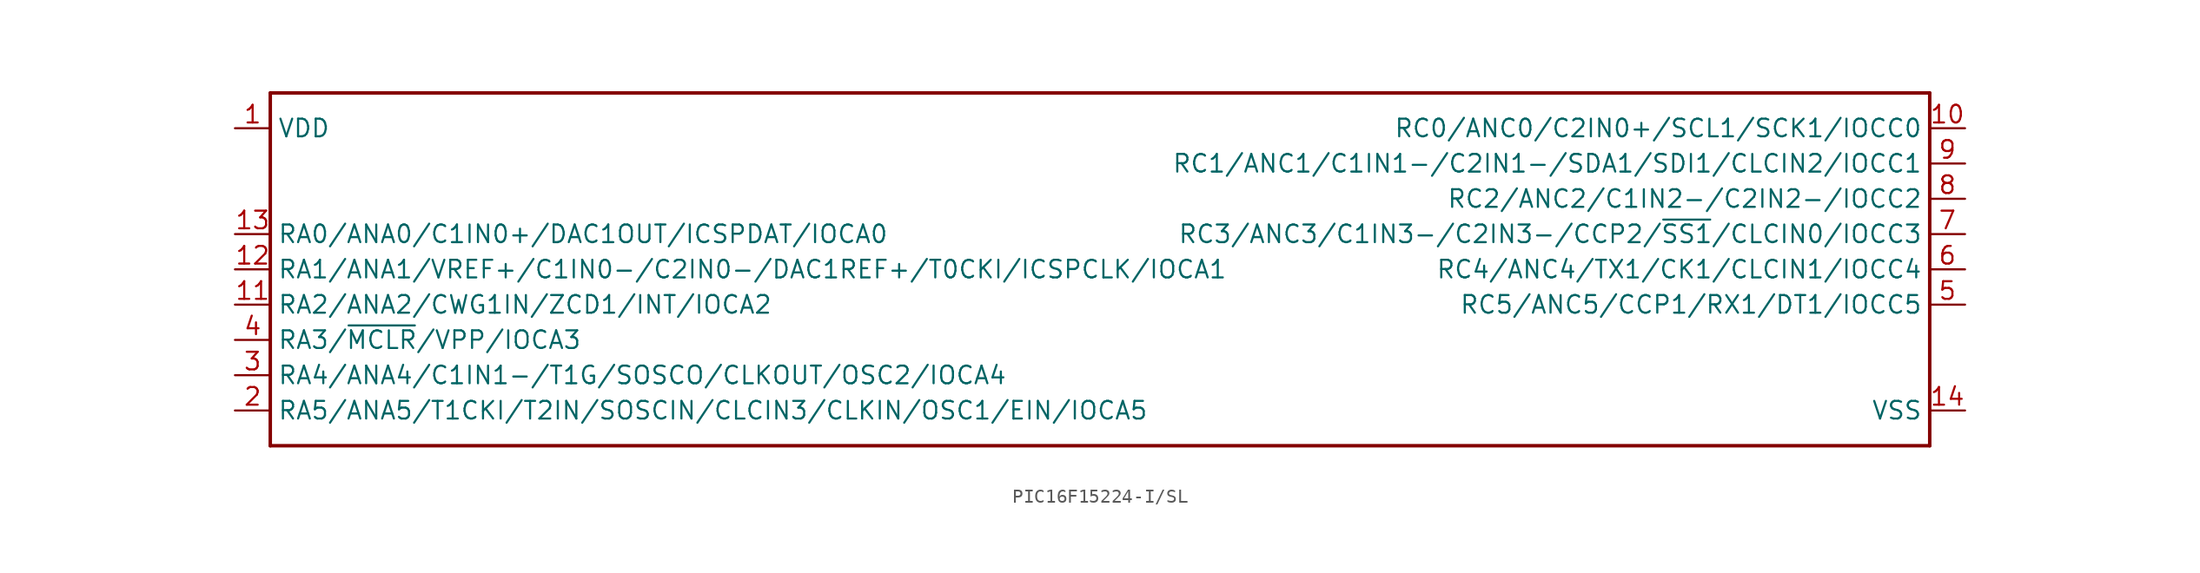
<source format=kicad_sym>
(kicad_symbol_lib
  (version 20231120)
  (generator "kicad_symbol_editor")
  (generator_version "8.0")
  (symbol "PIC16F15224-I/SL"
    (property "Reference" "U"
      (at 0 0 0)
      (effects (font (size 1.27 1.27)) (hide yes)))
    (property "ki_locked" ""
      (at 0 0 0)
      (effects (font (size 1.27 1.27))))
    (symbol "PIC16F15224-I/SL_1_0"
      (polyline (pts (xy -59.69 -12.7) (xy -59.69 12.7)) (stroke (width 0.25) (type solid)) (fill (type none)))
      (polyline (pts (xy -59.69 12.7) (xy 59.69 12.7)) (stroke (width 0.25) (type solid)) (fill (type none)))
      (polyline (pts (xy 59.69 -12.7) (xy -59.69 -12.7)) (stroke (width 0.25) (type solid)) (fill (type none)))
      (polyline (pts (xy 59.69 12.7) (xy 59.69 -12.7)) (stroke (width 0.25) (type solid)) (fill (type none)))
      (pin power_in line (at -62.23 10.16 0) (length 2.54) (name "VDD" (effects (font (size 1.27 1.27)))) (number "1" (effects (font (size 1.27 1.27)))))
      (pin bidirectional line (at 62.23 10.16 180) (length 2.54) (name "RC0/ANC0/C2IN0+/SCL1/SCK1/IOCC0" (effects (font (size 1.27 1.27)))) (number "10" (effects (font (size 1.27 1.27)))))
      (pin bidirectional line (at -62.23 -2.54 0) (length 2.54) (name "RA2/ANA2/CWG1IN/ZCD1/INT/IOCA2" (effects (font (size 1.27 1.27)))) (number "11" (effects (font (size 1.27 1.27)))))
      (pin bidirectional line (at -62.23 0 0) (length 2.54) (name "RA1/ANA1/VREF+/C1IN0-/C2IN0-/DAC1REF+/T0CKI/ICSPCLK/IOCA1" (effects (font (size 1.27 1.27)))) (number "12" (effects (font (size 1.27 1.27)))))
      (pin bidirectional line (at -62.23 2.54 0) (length 2.54) (name "RA0/ANA0/C1IN0+/DAC1OUT/ICSPDAT/IOCA0" (effects (font (size 1.27 1.27)))) (number "13" (effects (font (size 1.27 1.27)))))
      (pin power_in line (at 62.23 -10.16 180) (length 2.54) (name "VSS" (effects (font (size 1.27 1.27)))) (number "14" (effects (font (size 1.27 1.27)))))
      (pin bidirectional line (at -62.23 -10.16 0) (length 2.54) (name "RA5/ANA5/T1CKI/T2IN/SOSCIN/CLCIN3/CLKIN/OSC1/EIN/IOCA5" (effects (font (size 1.27 1.27)))) (number "2" (effects (font (size 1.27 1.27)))))
      (pin bidirectional line (at -62.23 -7.62 0) (length 2.54) (name "RA4/ANA4/C1IN1-/T1G/SOSCO/CLKOUT/OSC2/IOCA4" (effects (font (size 1.27 1.27)))) (number "3" (effects (font (size 1.27 1.27)))))
      (pin power_in line (at -62.23 -5.08 0) (length 2.54) (name "RA3/~{MCLR}/VPP/IOCA3" (effects (font (size 1.27 1.27)))) (number "4" (effects (font (size 1.27 1.27)))))
      (pin bidirectional line (at 62.23 -2.54 180) (length 2.54) (name "RC5/ANC5/CCP1/RX1/DT1/IOCC5" (effects (font (size 1.27 1.27)))) (number "5" (effects (font (size 1.27 1.27)))))
      (pin bidirectional line (at 62.23 0 180) (length 2.54) (name "RC4/ANC4/TX1/CK1/CLCIN1/IOCC4" (effects (font (size 1.27 1.27)))) (number "6" (effects (font (size 1.27 1.27)))))
      (pin bidirectional line (at 62.23 2.54 180) (length 2.54) (name "RC3/ANC3/C1IN3-/C2IN3-/CCP2/~{SS1}/CLCIN0/IOCC3" (effects (font (size 1.27 1.27)))) (number "7" (effects (font (size 1.27 1.27)))))
      (pin bidirectional line (at 62.23 5.08 180) (length 2.54) (name "RC2/ANC2/C1IN2-/C2IN2-/IOCC2" (effects (font (size 1.27 1.27)))) (number "8" (effects (font (size 1.27 1.27)))))
      (pin bidirectional line (at 62.23 7.62 180) (length 2.54) (name "RC1/ANC1/C1IN1-/C2IN1-/SDA1/SDI1/CLCIN2/IOCC1" (effects (font (size 1.27 1.27)))) (number "9" (effects (font (size 1.27 1.27))))))))
</source>
